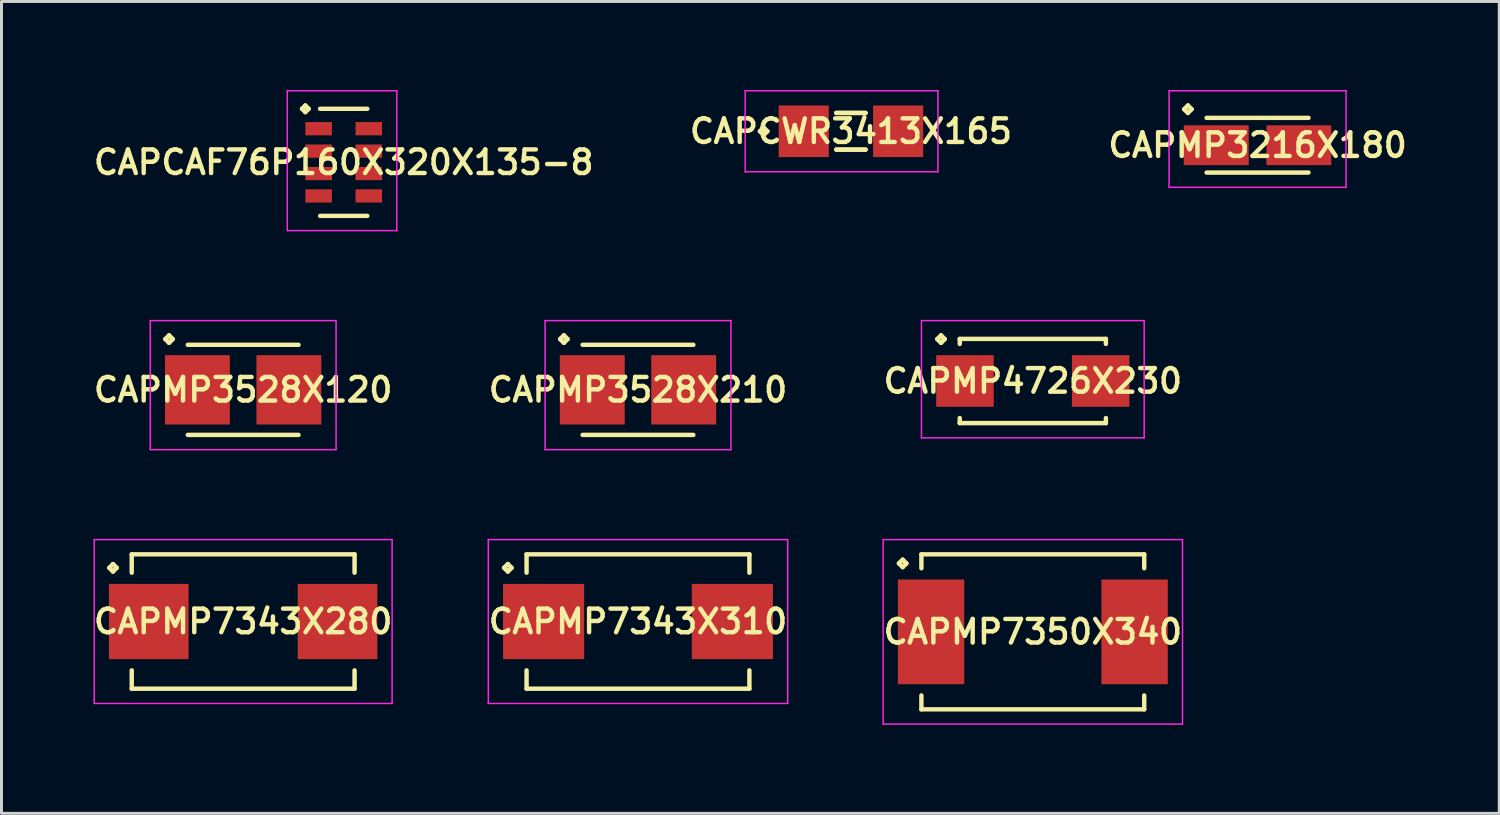
<source format=kicad_pcb>
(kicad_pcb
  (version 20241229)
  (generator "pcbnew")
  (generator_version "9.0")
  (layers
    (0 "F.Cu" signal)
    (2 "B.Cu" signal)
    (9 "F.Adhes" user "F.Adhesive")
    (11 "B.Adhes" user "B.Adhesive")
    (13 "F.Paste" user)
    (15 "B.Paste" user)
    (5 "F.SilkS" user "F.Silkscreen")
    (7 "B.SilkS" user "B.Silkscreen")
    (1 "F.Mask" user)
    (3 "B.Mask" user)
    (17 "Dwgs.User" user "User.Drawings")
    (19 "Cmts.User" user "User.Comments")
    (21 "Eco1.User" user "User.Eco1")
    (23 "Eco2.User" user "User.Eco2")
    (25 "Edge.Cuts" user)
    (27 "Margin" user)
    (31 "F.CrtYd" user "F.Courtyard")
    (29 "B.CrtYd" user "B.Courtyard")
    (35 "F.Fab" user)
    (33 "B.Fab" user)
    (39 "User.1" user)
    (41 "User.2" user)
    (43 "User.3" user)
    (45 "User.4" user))
  (footprint "CAPCWR3413X165"
    (layer "F.Cu")
    (at 25.797 1.4)
    (property "Reference" "CAPCWR3413X165" (at 0 0 0) (layer "F.SilkS") (effects (font (size 0.8 0.8) (thickness 0.15))))
    (attr smd)
    (fp_line (start -3.085 0) (end -2.958 -0.127) (stroke (width 0.15) (type solid)) (layer "F.SilkS"))
    (fp_line (start -2.958 -0.127) (end -2.831 0) (stroke (width 0.15) (type solid)) (layer "F.SilkS"))
    (fp_line (start -2.958 0.127) (end -3.085 0) (stroke (width 0.15) (type solid)) (layer "F.SilkS"))
    (fp_line (start -2.831 0) (end -2.958 0.127) (stroke (width 0.15) (type solid)) (layer "F.SilkS"))
    (fp_line (start -0.496 -0.621) (end 0.496 -0.621) (stroke (width 0.15) (type solid)) (layer "F.SilkS"))
    (fp_line (start -0.496 0.621) (end 0.496 0.621) (stroke (width 0.15) (type solid)) (layer "F.SilkS"))
    (fp_line (start 0.496 -0.621) (end -0.496 -0.621) (stroke (width 0.15) (type solid)) (layer "F.SilkS"))
    (fp_line (start 0.496 0.621) (end -0.496 0.621) (stroke (width 0.15) (type solid)) (layer "F.SilkS"))
    (fp_line (start -3.585 -1.375) (end 2.95 -1.375) (stroke (width 0.05) (type solid)) (layer "F.CrtYd"))
    (fp_line (start -3.585 1.375) (end -3.585 -1.375) (stroke (width 0.05) (type solid)) (layer "F.CrtYd"))
    (fp_line (start 2.95 -1.375) (end 2.95 1.375) (stroke (width 0.05) (type solid)) (layer "F.CrtYd"))
    (fp_line (start 2.95 1.375) (end -3.585 1.375) (stroke (width 0.05) (type solid)) (layer "F.CrtYd"))
    (pad "1" smd rect (at -1.6 0) (size 1.7 1.75) (layers "F.Cu" "F.Mask" "F.Paste"))
    (pad "2" smd rect (at 1.6 0) (size 1.7 1.75) (layers "F.Cu" "F.Mask" "F.Paste")))
  (footprint "CAPMP3528X120"
    (layer "F.Cu")
    (at 5.193 10.166)
    (property "Reference" "CAPMP3528X120" (at 0 0 0) (layer "F.SilkS") (effects (font (size 0.8 0.8) (thickness 0.15))))
    (attr smd)
    (fp_line (start -2.639 -1.721) (end -2.512 -1.848) (stroke (width 0.15) (type solid)) (layer "F.SilkS"))
    (fp_line (start -2.512 -1.848) (end -2.385 -1.721) (stroke (width 0.15) (type solid)) (layer "F.SilkS"))
    (fp_line (start -2.512 -1.594) (end -2.639 -1.721) (stroke (width 0.15) (type solid)) (layer "F.SilkS"))
    (fp_line (start -2.385 -1.721) (end -2.512 -1.594) (stroke (width 0.15) (type solid)) (layer "F.SilkS"))
    (fp_line (start -1.877 -1.527) (end 1.877 -1.527) (stroke (width 0.15) (type solid)) (layer "F.SilkS"))
    (fp_line (start -1.877 1.527) (end 1.877 1.527) (stroke (width 0.15) (type solid)) (layer "F.SilkS"))
    (fp_line (start -3.15 -2.348) (end 3.15 -2.348) (stroke (width 0.05) (type solid)) (layer "F.CrtYd"))
    (fp_line (start -3.15 2.027) (end -3.15 -2.348) (stroke (width 0.05) (type solid)) (layer "F.CrtYd"))
    (fp_line (start 3.15 -2.348) (end 3.15 2.027) (stroke (width 0.05) (type solid)) (layer "F.CrtYd"))
    (fp_line (start 3.15 2.027) (end -3.15 2.027) (stroke (width 0.05) (type solid)) (layer "F.CrtYd"))
    (pad "1" smd rect (at -1.55 0) (size 2.2 2.35) (layers "F.Cu" "F.Mask" "F.Paste"))
    (pad "2" smd rect (at 1.55 0) (size 2.2 2.35) (layers "F.Cu" "F.Mask" "F.Paste")))
  (footprint "CAPCAF76P160X320X135-8"
    (layer "F.Cu")
    (at 8.602 2.453)
    (property "Reference" "CAPCAF76P160X320X135-8" (at 0 0 0) (layer "F.SilkS") (effects (font (size 0.8 0.8) (thickness 0.15))))
    (attr smd)
    (fp_line (start -1.413 -1.815) (end -1.3 -1.927) (stroke (width 0.15) (type solid)) (layer "F.SilkS"))
    (fp_line (start -1.3 -1.927) (end -1.188 -1.815) (stroke (width 0.15) (type solid)) (layer "F.SilkS"))
    (fp_line (start -1.3 -1.702) (end -1.413 -1.815) (stroke (width 0.15) (type solid)) (layer "F.SilkS"))
    (fp_line (start -1.188 -1.815) (end -1.3 -1.702) (stroke (width 0.15) (type solid)) (layer "F.SilkS"))
    (fp_line (start -0.8 -1.815) (end 0.8 -1.815) (stroke (width 0.15) (type solid)) (layer "F.SilkS"))
    (fp_line (start -0.8 1.815) (end 0.8 1.815) (stroke (width 0.15) (type solid)) (layer "F.SilkS"))
    (fp_line (start -1.913 -2.428) (end 1.8 -2.428) (stroke (width 0.05) (type solid)) (layer "F.CrtYd"))
    (fp_line (start -1.913 2.315) (end -1.913 -2.428) (stroke (width 0.05) (type solid)) (layer "F.CrtYd"))
    (fp_line (start 1.8 -2.428) (end 1.8 2.315) (stroke (width 0.05) (type solid)) (layer "F.CrtYd"))
    (fp_line (start 1.8 2.315) (end -1.913 2.315) (stroke (width 0.05) (type solid)) (layer "F.CrtYd"))
    (pad "1" smd rect (at -0.85 -1.14) (size 0.9 0.45) (layers "F.Cu" "F.Mask" "F.Paste"))
    (pad "2" smd rect (at -0.85 -0.38) (size 0.9 0.45) (layers "F.Cu" "F.Mask" "F.Paste"))
    (pad "3" smd rect (at -0.85 0.38) (size 0.9 0.45) (layers "F.Cu" "F.Mask" "F.Paste"))
    (pad "4" smd rect (at -0.85 1.14) (size 0.9 0.45) (layers "F.Cu" "F.Mask" "F.Paste"))
    (pad "5" smd rect (at 0.85 1.14) (size 0.9 0.45) (layers "F.Cu" "F.Mask" "F.Paste"))
    (pad "6" smd rect (at 0.85 0.38) (size 0.9 0.45) (layers "F.Cu" "F.Mask" "F.Paste"))
    (pad "7" smd rect (at 0.85 -0.38) (size 0.9 0.45) (layers "F.Cu" "F.Mask" "F.Paste"))
    (pad "8" smd rect (at 0.85 -1.14) (size 0.9 0.45) (layers "F.Cu" "F.Mask" "F.Paste")))
  (footprint "CAPMP4726X230"
    (layer "F.Cu")
    (at 31.963 9.866)
    (property "Reference" "CAPMP4726X230" (at 0 0 0) (layer "F.SilkS") (effects (font (size 0.8 0.8) (thickness 0.15))))
    (attr smd)
    (fp_line (start -3.239 -1.421) (end -3.112 -1.548) (stroke (width 0.15) (type solid)) (layer "F.SilkS"))
    (fp_line (start -3.112 -1.548) (end -2.985 -1.421) (stroke (width 0.15) (type solid)) (layer "F.SilkS"))
    (fp_line (start -3.112 -1.294) (end -3.239 -1.421) (stroke (width 0.15) (type solid)) (layer "F.SilkS"))
    (fp_line (start -2.985 -1.421) (end -3.112 -1.294) (stroke (width 0.15) (type solid)) (layer "F.SilkS"))
    (fp_line (start -2.477 -1.427) (end 2.477 -1.427) (stroke (width 0.15) (type solid)) (layer "F.SilkS"))
    (fp_line (start -2.477 -1.256) (end -2.477 -1.427) (stroke (width 0.15) (type solid)) (layer "F.SilkS"))
    (fp_line (start -2.477 1.256) (end -2.477 1.427) (stroke (width 0.15) (type solid)) (layer "F.SilkS"))
    (fp_line (start -2.477 1.427) (end 2.477 1.427) (stroke (width 0.15) (type solid)) (layer "F.SilkS"))
    (fp_line (start 2.477 -1.427) (end 2.477 -1.256) (stroke (width 0.15) (type solid)) (layer "F.SilkS"))
    (fp_line (start 2.477 1.427) (end 2.477 1.256) (stroke (width 0.15) (type solid)) (layer "F.SilkS"))
    (fp_line (start -3.775 -2.048) (end 3.775 -2.048) (stroke (width 0.05) (type solid)) (layer "F.CrtYd"))
    (fp_line (start -3.775 1.927) (end -3.775 -2.048) (stroke (width 0.05) (type solid)) (layer "F.CrtYd"))
    (fp_line (start 3.775 -2.048) (end 3.775 1.927) (stroke (width 0.05) (type solid)) (layer "F.CrtYd"))
    (fp_line (start 3.775 1.927) (end -3.775 1.927) (stroke (width 0.05) (type solid)) (layer "F.CrtYd"))
    (pad "1" smd rect (at -2.3 0) (size 1.95 1.75) (layers "F.Cu" "F.Mask" "F.Paste"))
    (pad "2" smd rect (at 2.3 0) (size 1.95 1.75) (layers "F.Cu" "F.Mask" "F.Paste")))
  (footprint "CAPMP7343X280"
    (layer "F.Cu")
    (at 5.193 18.02)
    (property "Reference" "CAPMP7343X280" (at 0 0 0) (layer "F.SilkS") (effects (font (size 0.8 0.8) (thickness 0.15))))
    (attr smd)
    (fp_line (start -4.539 -1.821) (end -4.412 -1.948) (stroke (width 0.15) (type solid)) (layer "F.SilkS"))
    (fp_line (start -4.412 -1.948) (end -4.285 -1.821) (stroke (width 0.15) (type solid)) (layer "F.SilkS"))
    (fp_line (start -4.412 -1.694) (end -4.539 -1.821) (stroke (width 0.15) (type solid)) (layer "F.SilkS"))
    (fp_line (start -4.285 -1.821) (end -4.412 -1.694) (stroke (width 0.15) (type solid)) (layer "F.SilkS"))
    (fp_line (start -3.777 -2.277) (end 3.777 -2.277) (stroke (width 0.15) (type solid)) (layer "F.SilkS"))
    (fp_line (start -3.777 -1.656) (end -3.777 -2.277) (stroke (width 0.15) (type solid)) (layer "F.SilkS"))
    (fp_line (start -3.777 1.656) (end -3.777 2.277) (stroke (width 0.15) (type solid)) (layer "F.SilkS"))
    (fp_line (start -3.777 2.277) (end 3.777 2.277) (stroke (width 0.15) (type solid)) (layer "F.SilkS"))
    (fp_line (start 3.777 -2.277) (end 3.777 -1.656) (stroke (width 0.15) (type solid)) (layer "F.SilkS"))
    (fp_line (start 3.777 2.277) (end 3.777 1.656) (stroke (width 0.15) (type solid)) (layer "F.SilkS"))
    (fp_line (start -5.05 -2.777) (end 5.05 -2.777) (stroke (width 0.05) (type solid)) (layer "F.CrtYd"))
    (fp_line (start -5.05 2.777) (end -5.05 -2.777) (stroke (width 0.05) (type solid)) (layer "F.CrtYd"))
    (fp_line (start 5.05 -2.777) (end 5.05 2.777) (stroke (width 0.05) (type solid)) (layer "F.CrtYd"))
    (fp_line (start 5.05 2.777) (end -5.05 2.777) (stroke (width 0.05) (type solid)) (layer "F.CrtYd"))
    (pad "1" smd rect (at -3.2 0) (size 2.7 2.55) (layers "F.Cu" "F.Mask" "F.Paste"))
    (pad "2" smd rect (at 3.2 0) (size 2.7 2.55) (layers "F.Cu" "F.Mask" "F.Paste")))
  (footprint "CAPMP7350X340"
    (layer "F.Cu")
    (at 31.963 18.37)
    (property "Reference" "CAPMP7350X340" (at 0 0 0) (layer "F.SilkS") (effects (font (size 0.8 0.8) (thickness 0.15))))
    (attr smd)
    (fp_line (start -4.539 -2.321) (end -4.412 -2.448) (stroke (width 0.15) (type solid)) (layer "F.SilkS"))
    (fp_line (start -4.412 -2.448) (end -4.285 -2.321) (stroke (width 0.15) (type solid)) (layer "F.SilkS"))
    (fp_line (start -4.412 -2.194) (end -4.539 -2.321) (stroke (width 0.15) (type solid)) (layer "F.SilkS"))
    (fp_line (start -4.285 -2.321) (end -4.412 -2.194) (stroke (width 0.15) (type solid)) (layer "F.SilkS"))
    (fp_line (start -3.777 -2.627) (end 3.777 -2.627) (stroke (width 0.15) (type solid)) (layer "F.SilkS"))
    (fp_line (start -3.777 -2.156) (end -3.777 -2.627) (stroke (width 0.15) (type solid)) (layer "F.SilkS"))
    (fp_line (start -3.777 2.156) (end -3.777 2.627) (stroke (width 0.15) (type solid)) (layer "F.SilkS"))
    (fp_line (start -3.777 2.627) (end 3.777 2.627) (stroke (width 0.15) (type solid)) (layer "F.SilkS"))
    (fp_line (start 3.777 -2.627) (end 3.777 -2.156) (stroke (width 0.15) (type solid)) (layer "F.SilkS"))
    (fp_line (start 3.777 2.627) (end 3.777 2.156) (stroke (width 0.15) (type solid)) (layer "F.SilkS"))
    (fp_line (start -5.075 -3.127) (end 5.075 -3.127) (stroke (width 0.05) (type solid)) (layer "F.CrtYd"))
    (fp_line (start -5.075 3.127) (end -5.075 -3.127) (stroke (width 0.05) (type solid)) (layer "F.CrtYd"))
    (fp_line (start 5.075 -3.127) (end 5.075 3.127) (stroke (width 0.05) (type solid)) (layer "F.CrtYd"))
    (fp_line (start 5.075 3.127) (end -5.075 3.127) (stroke (width 0.05) (type solid)) (layer "F.CrtYd"))
    (pad "1" smd rect (at -3.45 0) (size 2.25 3.55) (layers "F.Cu" "F.Mask" "F.Paste"))
    (pad "2" smd rect (at 3.45 0) (size 2.25 3.55) (layers "F.Cu" "F.Mask" "F.Paste")))
  (footprint "CAPMP7343X310"
    (layer "F.Cu")
    (at 18.578 18.02)
    (property "Reference" "CAPMP7343X310" (at 0 0 0) (layer "F.SilkS") (effects (font (size 0.8 0.8) (thickness 0.15))))
    (attr smd)
    (fp_line (start -4.539 -1.821) (end -4.412 -1.948) (stroke (width 0.15) (type solid)) (layer "F.SilkS"))
    (fp_line (start -4.412 -1.948) (end -4.285 -1.821) (stroke (width 0.15) (type solid)) (layer "F.SilkS"))
    (fp_line (start -4.412 -1.694) (end -4.539 -1.821) (stroke (width 0.15) (type solid)) (layer "F.SilkS"))
    (fp_line (start -4.285 -1.821) (end -4.412 -1.694) (stroke (width 0.15) (type solid)) (layer "F.SilkS"))
    (fp_line (start -3.777 -2.277) (end 3.777 -2.277) (stroke (width 0.15) (type solid)) (layer "F.SilkS"))
    (fp_line (start -3.777 -1.656) (end -3.777 -2.277) (stroke (width 0.15) (type solid)) (layer "F.SilkS"))
    (fp_line (start -3.777 1.656) (end -3.777 2.277) (stroke (width 0.15) (type solid)) (layer "F.SilkS"))
    (fp_line (start -3.777 2.277) (end 3.777 2.277) (stroke (width 0.15) (type solid)) (layer "F.SilkS"))
    (fp_line (start 3.777 -2.277) (end 3.777 -1.656) (stroke (width 0.15) (type solid)) (layer "F.SilkS"))
    (fp_line (start 3.777 2.277) (end 3.777 1.656) (stroke (width 0.15) (type solid)) (layer "F.SilkS"))
    (fp_line (start -5.075 -2.777) (end 5.075 -2.777) (stroke (width 0.05) (type solid)) (layer "F.CrtYd"))
    (fp_line (start -5.075 2.777) (end -5.075 -2.777) (stroke (width 0.05) (type solid)) (layer "F.CrtYd"))
    (fp_line (start 5.075 -2.777) (end 5.075 2.777) (stroke (width 0.05) (type solid)) (layer "F.CrtYd"))
    (fp_line (start 5.075 2.777) (end -5.075 2.777) (stroke (width 0.05) (type solid)) (layer "F.CrtYd"))
    (pad "1" smd rect (at -3.2 0) (size 2.75 2.55) (layers "F.Cu" "F.Mask" "F.Paste"))
    (pad "2" smd rect (at 3.2 0) (size 2.75 2.55) (layers "F.Cu" "F.Mask" "F.Paste")))
  (footprint "CAPMP3216X180"
    (layer "F.Cu")
    (at 39.582 1.873)
    (property "Reference" "CAPMP3216X180" (at 0 0 0) (layer "F.SilkS") (effects (font (size 0.8 0.8) (thickness 0.15))))
    (attr smd)
    (fp_line (start -2.489 -1.221) (end -2.362 -1.348) (stroke (width 0.15) (type solid)) (layer "F.SilkS"))
    (fp_line (start -2.362 -1.348) (end -2.235 -1.221) (stroke (width 0.15) (type solid)) (layer "F.SilkS"))
    (fp_line (start -2.362 -1.094) (end -2.489 -1.221) (stroke (width 0.15) (type solid)) (layer "F.SilkS"))
    (fp_line (start -2.235 -1.221) (end -2.362 -1.094) (stroke (width 0.15) (type solid)) (layer "F.SilkS"))
    (fp_line (start -1.727 -0.927) (end 1.727 -0.927) (stroke (width 0.15) (type solid)) (layer "F.SilkS"))
    (fp_line (start -1.727 0.927) (end 1.727 0.927) (stroke (width 0.15) (type solid)) (layer "F.SilkS"))
    (fp_line (start -3 -1.848) (end 3 -1.848) (stroke (width 0.05) (type solid)) (layer "F.CrtYd"))
    (fp_line (start -3 1.427) (end -3 -1.848) (stroke (width 0.05) (type solid)) (layer "F.CrtYd"))
    (fp_line (start 3 -1.848) (end 3 1.427) (stroke (width 0.05) (type solid)) (layer "F.CrtYd"))
    (fp_line (start 3 1.427) (end -3 1.427) (stroke (width 0.05) (type solid)) (layer "F.CrtYd"))
    (pad "1" smd rect (at -1.4 0) (size 2.2 1.35) (layers "F.Cu" "F.Mask" "F.Paste"))
    (pad "2" smd rect (at 1.4 0) (size 2.2 1.35) (layers "F.Cu" "F.Mask" "F.Paste")))
  (footprint "CAPMP3528X210"
    (layer "F.Cu")
    (at 18.578 10.166)
    (property "Reference" "CAPMP3528X210" (at 0 0 0) (layer "F.SilkS") (effects (font (size 0.8 0.8) (thickness 0.15))))
    (attr smd)
    (fp_line (start -2.639 -1.721) (end -2.512 -1.848) (stroke (width 0.15) (type solid)) (layer "F.SilkS"))
    (fp_line (start -2.512 -1.848) (end -2.385 -1.721) (stroke (width 0.15) (type solid)) (layer "F.SilkS"))
    (fp_line (start -2.512 -1.594) (end -2.639 -1.721) (stroke (width 0.15) (type solid)) (layer "F.SilkS"))
    (fp_line (start -2.385 -1.721) (end -2.512 -1.594) (stroke (width 0.15) (type solid)) (layer "F.SilkS"))
    (fp_line (start -1.877 -1.527) (end 1.877 -1.527) (stroke (width 0.15) (type solid)) (layer "F.SilkS"))
    (fp_line (start -1.877 1.527) (end 1.877 1.527) (stroke (width 0.15) (type solid)) (layer "F.SilkS"))
    (fp_line (start -3.15 -2.348) (end 3.15 -2.348) (stroke (width 0.05) (type solid)) (layer "F.CrtYd"))
    (fp_line (start -3.15 2.027) (end -3.15 -2.348) (stroke (width 0.05) (type solid)) (layer "F.CrtYd"))
    (fp_line (start 3.15 -2.348) (end 3.15 2.027) (stroke (width 0.05) (type solid)) (layer "F.CrtYd"))
    (fp_line (start 3.15 2.027) (end -3.15 2.027) (stroke (width 0.05) (type solid)) (layer "F.CrtYd"))
    (pad "1" smd rect (at -1.55 0) (size 2.2 2.35) (layers "F.Cu" "F.Mask" "F.Paste"))
    (pad "2" smd rect (at 1.55 0) (size 2.2 2.35) (layers "F.Cu" "F.Mask" "F.Paste")))
  (gr_rect
    (start -3 -3)
    (end 47.775 24.522)
    (stroke (width 0.1) (type default))
    (fill no)
    (layer "Edge.Cuts")))
</source>
